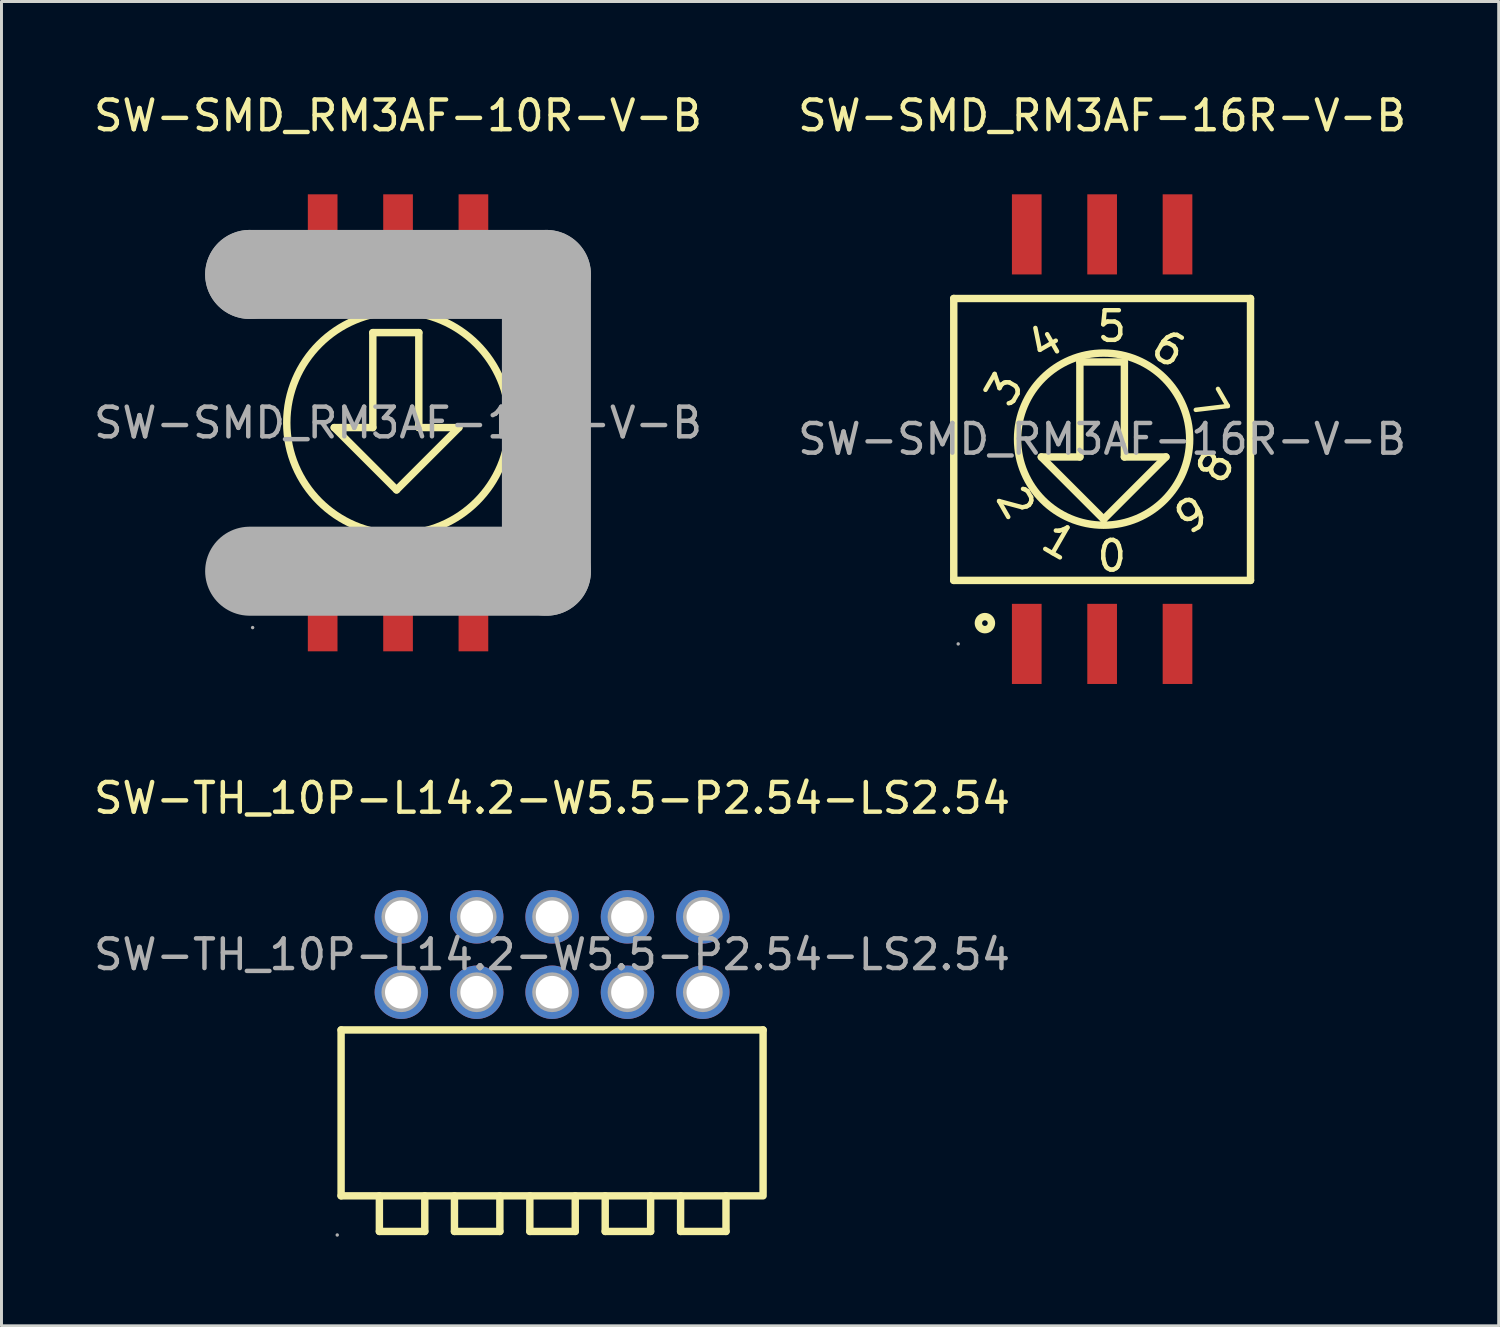
<source format=kicad_pcb>
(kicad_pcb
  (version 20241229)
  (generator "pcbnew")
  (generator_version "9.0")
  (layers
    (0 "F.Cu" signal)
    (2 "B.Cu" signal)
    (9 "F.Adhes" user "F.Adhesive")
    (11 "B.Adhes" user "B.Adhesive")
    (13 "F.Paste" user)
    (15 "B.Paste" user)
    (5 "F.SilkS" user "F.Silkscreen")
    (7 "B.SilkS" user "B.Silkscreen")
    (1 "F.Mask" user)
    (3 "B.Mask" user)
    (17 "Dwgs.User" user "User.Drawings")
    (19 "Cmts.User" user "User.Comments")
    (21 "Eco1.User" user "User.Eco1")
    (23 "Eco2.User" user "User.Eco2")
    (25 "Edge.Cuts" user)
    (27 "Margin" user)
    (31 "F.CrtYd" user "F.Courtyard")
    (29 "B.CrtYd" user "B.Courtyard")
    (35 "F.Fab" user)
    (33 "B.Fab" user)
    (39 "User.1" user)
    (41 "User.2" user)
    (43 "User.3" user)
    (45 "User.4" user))
  (footprint "SW-SMD_RM3AF-16R-V-B"
    (layer "F.Cu")
    (at 34.089 11.748)
    (property "Reference" "SW-SMD_RM3AF-16R-V-B" (at 0 -10.9 0) (layer "F.SilkS") (effects (font (size 1 1) (thickness 0.15))))
    (attr through_hole)
    (fp_line (start -5 -4.74) (end 5 -4.74) (stroke (width 0.25) (type solid)) (layer "F.SilkS"))
    (fp_line (start -5 4.76) (end -5 -4.74) (stroke (width 0.25) (type solid)) (layer "F.SilkS"))
    (fp_line (start -2.05 0.6) (end 0.05 2.7) (stroke (width 0.25) (type solid)) (layer "F.SilkS"))
    (fp_line (start -0.75 -2.6) (end -0.75 0.6) (stroke (width 0.25) (type solid)) (layer "F.SilkS"))
    (fp_line (start -0.75 0.6) (end -2.05 0.6) (stroke (width 0.25) (type solid)) (layer "F.SilkS"))
    (fp_line (start 0.05 2.7) (end 2.15 0.6) (stroke (width 0.25) (type solid)) (layer "F.SilkS"))
    (fp_line (start 0.75 -2.6) (end -0.75 -2.6) (stroke (width 0.25) (type solid)) (layer "F.SilkS"))
    (fp_line (start 0.75 0.6) (end 0.75 -2.6) (stroke (width 0.25) (type solid)) (layer "F.SilkS"))
    (fp_line (start 2.15 0.6) (end 0.75 0.6) (stroke (width 0.25) (type solid)) (layer "F.SilkS"))
    (fp_line (start 5 -4.74) (end 5 4.76) (stroke (width 0.25) (type solid)) (layer "F.SilkS"))
    (fp_line (start 5 4.76) (end -5 4.76) (stroke (width 0.25) (type solid)) (layer "F.SilkS"))
    (fp_circle (center -3.95 6.2) (end -3.73 6.2) (stroke (width 0.25) (type solid)) (fill no) (layer "F.SilkS"))
    (fp_circle (center 0.05 0) (end 2.95 0) (stroke (width 0.25) (type solid)) (fill no) (layer "F.SilkS"))
    (fp_circle (center -4.85 6.9) (end -4.82 6.9) (stroke (width 0.06) (type solid)) (fill no) (layer "F.Fab"))
    (fp_text user "6" (at 1.75 -3.33 330) (layer "F.SilkS") (effects (font (size 1 1) (thickness 0.15)) (justify left)))
    (fp_text user "1" (at -1.94 3.16 150) (layer "F.SilkS") (effects (font (size 1 1) (thickness 0.15)) (justify left)))
    (fp_text user "8" (at 3.54 1.42 60) (layer "F.SilkS") (effects (font (size 1 1) (thickness 0.15)) (justify left)))
    (fp_text user "5" (at -0.25 -3.8 0) (layer "F.SilkS") (effects (font (size 1 1) (thickness 0.15)) (justify left)))
    (fp_text user "9" (at 2.52 2.86 210) (layer "F.SilkS") (effects (font (size 1 1) (thickness 0.15)) (justify left)))
    (fp_text user "4" (at -2.41 -2.97 30) (layer "F.SilkS") (effects (font (size 1 1) (thickness 0.15)) (justify left)))
    (fp_text user "0" (at -0.25 3.94 0) (layer "F.SilkS") (effects (font (size 1 1) (thickness 0.15)) (justify left)))
    (fp_text user "2" (at -3.2 1.65 120) (layer "F.SilkS") (effects (font (size 1 1) (thickness 0.15)) (justify left)))
    (fp_text user "3" (at -3.58 -1.18 60) (layer "F.SilkS") (effects (font (size 1 1) (thickness 0.15)) (justify left)))
    (fp_text user "7" (at 3.31 -1.63 300) (layer "F.SilkS") (effects (font (size 1 1) (thickness 0.15)) (justify left)))
    (fp_text user "${REFERENCE}" (at 0 0 0) (layer "F.Fab") (effects (font (size 1 1) (thickness 0.15))))
    (pad "1" smd rect (at -2.54 6.9) (size 1 2.7) (layers "F.Cu" "F.Mask" "F.Paste"))
    (pad "2" smd rect (at 2.54 -6.9) (size 1 2.7) (layers "F.Cu" "F.Mask" "F.Paste"))
    (pad "4" smd rect (at 2.54 6.9) (size 1 2.7) (layers "F.Cu" "F.Mask" "F.Paste"))
    (pad "8" smd rect (at -2.54 -6.9) (size 1 2.7) (layers "F.Cu" "F.Mask" "F.Paste"))
    (pad "C" smd rect (at 0 -6.9) (size 1 2.7) (layers "F.Cu" "F.Mask" "F.Paste"))
    (pad "C" smd rect (at 0 6.9) (size 1 2.7) (layers "F.Cu" "F.Mask" "F.Paste")))
  (footprint "SW-SMD_RM3AF-10R-V-B"
    (layer "F.Cu")
    (at 10.363 11.198)
    (property "Reference" "SW-SMD_RM3AF-10R-V-B" (at 0 -10.35 0) (layer "F.SilkS") (effects (font (size 1 1) (thickness 0.15))))
    (attr through_hole)
    (fp_line (start -2.15 0.16) (end -0.05 2.26) (stroke (width 0.25) (type solid)) (layer "F.SilkS"))
    (fp_line (start -0.85 -3.04) (end -0.85 0.16) (stroke (width 0.25) (type solid)) (layer "F.SilkS"))
    (fp_line (start -0.85 0.16) (end -2.15 0.16) (stroke (width 0.25) (type solid)) (layer "F.SilkS"))
    (fp_line (start -0.05 2.26) (end 2.05 0.16) (stroke (width 0.25) (type solid)) (layer "F.SilkS"))
    (fp_line (start 0.7 -3.04) (end -0.85 -3.04) (stroke (width 0.25) (type solid)) (layer "F.SilkS"))
    (fp_line (start 0.7 0.16) (end 0.7 -3.04) (stroke (width 0.25) (type solid)) (layer "F.SilkS"))
    (fp_line (start 2.05 0.16) (end 0.7 0.16) (stroke (width 0.25) (type solid)) (layer "F.SilkS"))
    (fp_circle (center 0 0) (end 3.75 0) (stroke (width 0.25) (type solid)) (fill no) (layer "F.SilkS"))
    (fp_line (start -5 -5) (end -5 -5) (stroke (width 3) (type solid)) (layer "F.Fab"))
    (fp_line (start -5 -5) (end 5 -5) (stroke (width 3) (type solid)) (layer "F.Fab"))
    (fp_line (start 5 -5) (end 5 5) (stroke (width 3) (type solid)) (layer "F.Fab"))
    (fp_line (start 5 5) (end -5 5) (stroke (width 3) (type solid)) (layer "F.Fab"))
    (fp_circle (center -4.9 6.9) (end -4.87 6.9) (stroke (width 0.06) (type solid)) (fill no) (layer "F.Fab"))
    (fp_text user "${REFERENCE}" (at 0 0 0) (layer "F.Fab") (effects (font (size 1 1) (thickness 0.15))))
    (pad "1" smd rect (at -2.54 6.35) (size 1 2.7) (layers "F.Cu" "F.Mask" "F.Paste"))
    (pad "2" smd rect (at 2.54 -6.35) (size 1 2.7) (layers "F.Cu" "F.Mask" "F.Paste"))
    (pad "4" smd rect (at 2.54 6.35) (size 1 2.7) (layers "F.Cu" "F.Mask" "F.Paste"))
    (pad "8" smd rect (at -2.54 -6.35) (size 1 2.7) (layers "F.Cu" "F.Mask" "F.Paste"))
    (pad "C" smd rect (at 0 -6.35) (size 1 2.7) (layers "F.Cu" "F.Mask" "F.Paste"))
    (pad "C" smd rect (at 0 6.35) (size 1 2.7) (layers "F.Cu" "F.Mask" "F.Paste")))
  (footprint "SW-TH_10P-L14.2-W5.5-P2.54-LS2.54"
    (layer "F.Cu")
    (at 15.554 29.116)
    (property "Reference" "SW-TH_10P-L14.2-W5.5-P2.54-LS2.54" (at 0 -5.27 0) (layer "F.SilkS") (effects (font (size 1 1) (thickness 0.15))))
    (attr through_hole)
    (fp_line (start -7.11 2.54) (end -7.11 8.13) (stroke (width 0.25) (type solid)) (layer "F.SilkS"))
    (fp_line (start -7.11 2.54) (end 7.11 2.54) (stroke (width 0.25) (type solid)) (layer "F.SilkS"))
    (fp_line (start -7.11 8.13) (end 7.11 8.13) (stroke (width 0.25) (type solid)) (layer "F.SilkS"))
    (fp_line (start -5.82 9.33) (end -5.82 8.13) (stroke (width 0.25) (type solid)) (layer "F.SilkS"))
    (fp_line (start -4.29 9.33) (end -5.82 9.33) (stroke (width 0.25) (type solid)) (layer "F.SilkS"))
    (fp_line (start -4.29 9.33) (end -4.29 8.13) (stroke (width 0.25) (type solid)) (layer "F.SilkS"))
    (fp_line (start -3.29 9.33) (end -3.29 8.13) (stroke (width 0.25) (type solid)) (layer "F.SilkS"))
    (fp_line (start -1.76 9.33) (end -3.29 9.33) (stroke (width 0.25) (type solid)) (layer "F.SilkS"))
    (fp_line (start -1.76 9.33) (end -1.76 8.13) (stroke (width 0.25) (type solid)) (layer "F.SilkS"))
    (fp_line (start -0.75 9.33) (end -0.75 8.13) (stroke (width 0.25) (type solid)) (layer "F.SilkS"))
    (fp_line (start 0.78 9.33) (end -0.75 9.33) (stroke (width 0.25) (type solid)) (layer "F.SilkS"))
    (fp_line (start 0.78 9.33) (end 0.78 8.13) (stroke (width 0.25) (type solid)) (layer "F.SilkS"))
    (fp_line (start 1.79 9.33) (end 1.79 8.13) (stroke (width 0.25) (type solid)) (layer "F.SilkS"))
    (fp_line (start 3.32 9.33) (end 1.79 9.33) (stroke (width 0.25) (type solid)) (layer "F.SilkS"))
    (fp_line (start 3.32 9.33) (end 3.32 8.13) (stroke (width 0.25) (type solid)) (layer "F.SilkS"))
    (fp_line (start 4.33 9.33) (end 4.33 8.13) (stroke (width 0.25) (type solid)) (layer "F.SilkS"))
    (fp_line (start 5.86 9.33) (end 4.33 9.33) (stroke (width 0.25) (type solid)) (layer "F.SilkS"))
    (fp_line (start 5.86 9.33) (end 5.86 8.13) (stroke (width 0.25) (type solid)) (layer "F.SilkS"))
    (fp_line (start 7.11 2.54) (end 7.11 8.04) (stroke (width 0.25) (type solid)) (layer "F.SilkS"))
    (fp_circle (center -7.24 9.45) (end -7.21 9.45) (stroke (width 0.06) (type solid)) (fill no) (layer "F.Fab"))
    (fp_circle (center -5.08 -1.27) (end -4.86 -1.27) (stroke (width 0.45) (type solid)) (fill no) (layer "F.Fab"))
    (fp_circle (center -5.08 1.27) (end -4.86 1.27) (stroke (width 0.45) (type solid)) (fill no) (layer "F.Fab"))
    (fp_circle (center -2.54 -1.27) (end -2.32 -1.27) (stroke (width 0.45) (type solid)) (fill no) (layer "F.Fab"))
    (fp_circle (center -2.54 1.27) (end -2.32 1.27) (stroke (width 0.45) (type solid)) (fill no) (layer "F.Fab"))
    (fp_circle (center 0 -1.27) (end 0.22 -1.27) (stroke (width 0.45) (type solid)) (fill no) (layer "F.Fab"))
    (fp_circle (center 0 1.27) (end 0.22 1.27) (stroke (width 0.45) (type solid)) (fill no) (layer "F.Fab"))
    (fp_circle (center 2.54 -1.27) (end 2.76 -1.27) (stroke (width 0.45) (type solid)) (fill no) (layer "F.Fab"))
    (fp_circle (center 2.54 1.27) (end 2.76 1.27) (stroke (width 0.45) (type solid)) (fill no) (layer "F.Fab"))
    (fp_circle (center 5.08 -1.27) (end 5.3 -1.27) (stroke (width 0.45) (type solid)) (fill no) (layer "F.Fab"))
    (fp_circle (center 5.08 1.27) (end 5.3 1.27) (stroke (width 0.45) (type solid)) (fill no) (layer "F.Fab"))
    (fp_text user "${REFERENCE}" (at 0 0 0) (layer "F.Fab") (effects (font (size 1 1) (thickness 0.15))))
    (pad "1" thru_hole circle (at -5.08 1.27) (size 1.8 1.8) (drill 1.1) (layers "*.Cu" "*.Paste" "*.Mask"))
    (pad "2" thru_hole circle (at -2.54 1.27) (size 1.8 1.8) (drill 1.1) (layers "*.Cu" "*.Paste" "*.Mask"))
    (pad "3" thru_hole circle (at 0 1.27) (size 1.8 1.8) (drill 1.1) (layers "*.Cu" "*.Paste" "*.Mask"))
    (pad "4" thru_hole circle (at 2.54 1.27) (size 1.8 1.8) (drill 1.1) (layers "*.Cu" "*.Paste" "*.Mask"))
    (pad "5" thru_hole circle (at 5.08 1.27) (size 1.8 1.8) (drill 1.1) (layers "*.Cu" "*.Paste" "*.Mask"))
    (pad "6" thru_hole circle (at 5.08 -1.27) (size 1.8 1.8) (drill 1.1) (layers "*.Cu" "*.Paste" "*.Mask"))
    (pad "7" thru_hole circle (at 2.54 -1.27) (size 1.8 1.8) (drill 1.1) (layers "*.Cu" "*.Paste" "*.Mask"))
    (pad "8" thru_hole circle (at 0 -1.27) (size 1.8 1.8) (drill 1.1) (layers "*.Cu" "*.Paste" "*.Mask"))
    (pad "9" thru_hole circle (at -2.54 -1.27) (size 1.8 1.8) (drill 1.1) (layers "*.Cu" "*.Paste" "*.Mask"))
    (pad "10" thru_hole circle (at -5.08 -1.27) (size 1.8 1.8) (drill 1.1) (layers "*.Cu" "*.Paste" "*.Mask")))
  (gr_rect
    (start -3 -3)
    (end 47.452 41.627)
    (stroke (width 0.1) (type default))
    (fill no)
    (layer "Edge.Cuts")))
</source>
